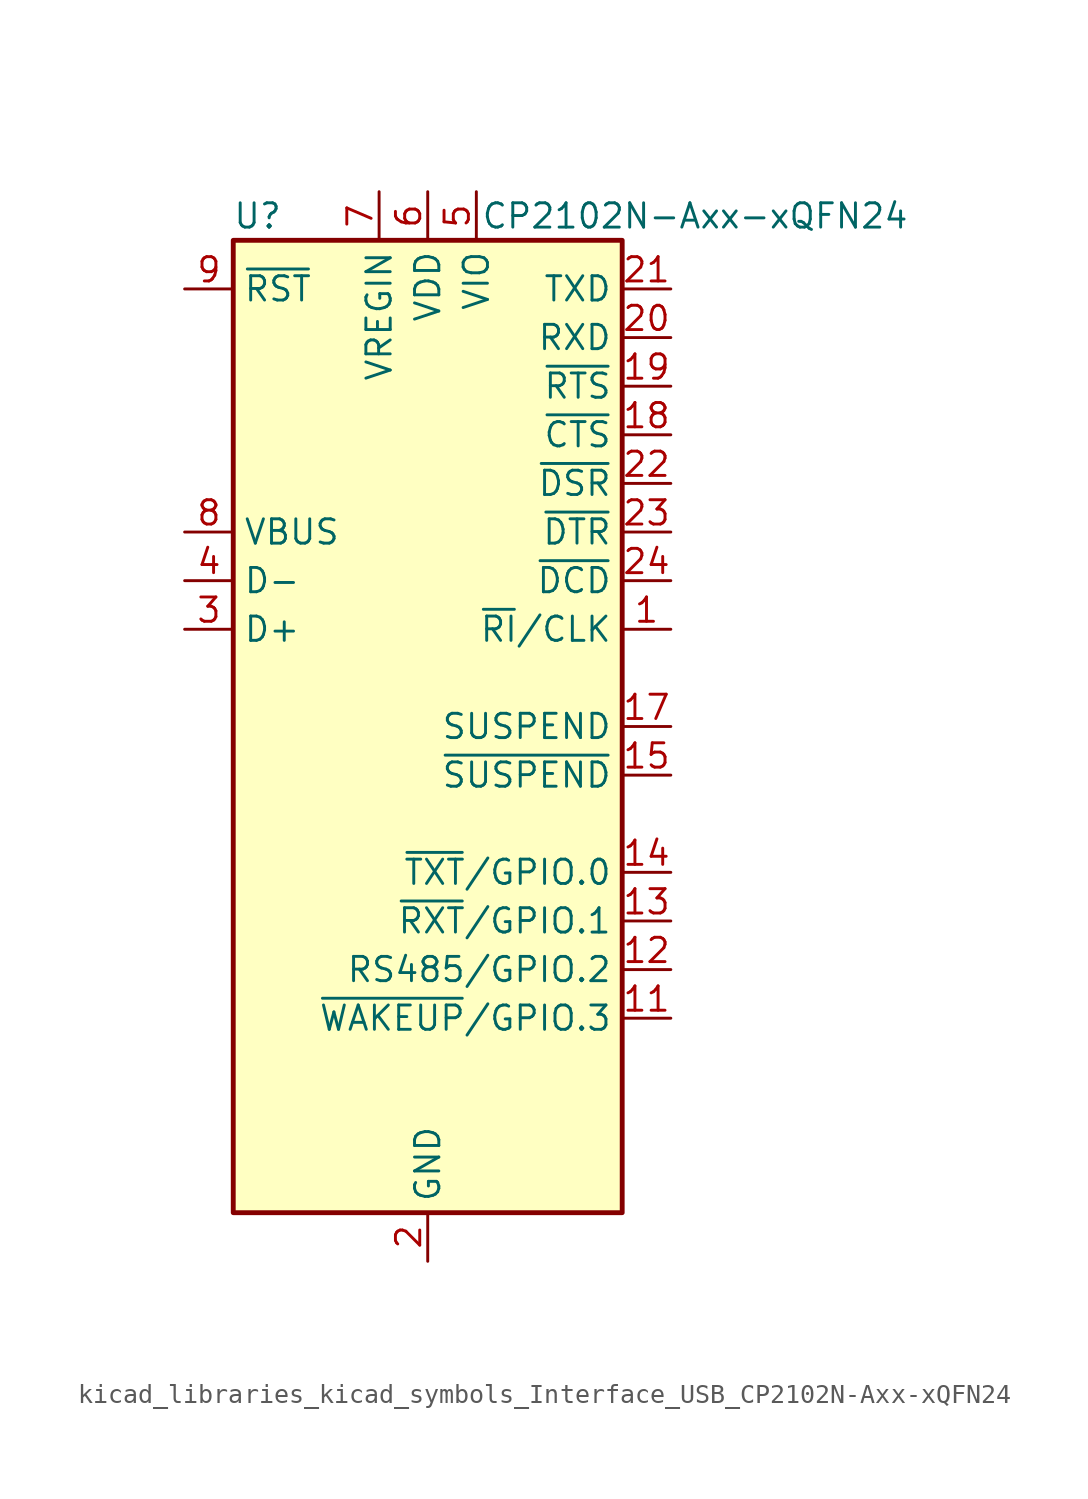
<source format=kicad_sym>
(kicad_symbol_lib
  (version 20220914)
  (generator kicad_symbol_editor)
  (symbol "kicad_libraries_kicad_symbols_Interface_USB_CP2102N-Axx-xQFN24"
    (property "Reference" "U"
      (at -8.89 26.67 0)
      (effects (font (size 1.27 1.27))))
    (property "Value" "CP2102N-Axx-xQFN24"
      (at 13.97 26.67 0)
      (effects (font (size 1.27 1.27))))
    (symbol "kicad_libraries_kicad_symbols_Interface_USB_CP2102N-Axx-xQFN24_0_1"
      (rectangle (start -10.16 25.4) (end 10.16 -25.4) (stroke (width 0.254) (type default)) (fill (type background))))
    (symbol "kicad_libraries_kicad_symbols_Interface_USB_CP2102N-Axx-xQFN24_1_1"
      (pin bidirectional line (at 12.7 5.08 180) (length 2.54) (name "~{RI}/CLK" (effects (font (size 1.27 1.27)))) (number "1" (effects (font (size 1.27 1.27)))))
      (pin no_connect line (at -10.16 -22.86 0) (length 2.54) hide (name "NC" (effects (font (size 1.27 1.27)))) (number "10" (effects (font (size 1.27 1.27)))))
      (pin bidirectional line (at 12.7 -15.24 180) (length 2.54) (name "~{WAKEUP}/GPIO.3" (effects (font (size 1.27 1.27)))) (number "11" (effects (font (size 1.27 1.27)))))
      (pin bidirectional line (at 12.7 -12.7 180) (length 2.54) (name "RS485/GPIO.2" (effects (font (size 1.27 1.27)))) (number "12" (effects (font (size 1.27 1.27)))))
      (pin bidirectional line (at 12.7 -10.16 180) (length 2.54) (name "~{RXT}/GPIO.1" (effects (font (size 1.27 1.27)))) (number "13" (effects (font (size 1.27 1.27)))))
      (pin bidirectional line (at 12.7 -7.62 180) (length 2.54) (name "~{TXT}/GPIO.0" (effects (font (size 1.27 1.27)))) (number "14" (effects (font (size 1.27 1.27)))))
      (pin output line (at 12.7 -2.54 180) (length 2.54) (name "~{SUSPEND}" (effects (font (size 1.27 1.27)))) (number "15" (effects (font (size 1.27 1.27)))))
      (pin no_connect line (at 10.16 -22.86 180) (length 2.54) hide (name "NC" (effects (font (size 1.27 1.27)))) (number "16" (effects (font (size 1.27 1.27)))))
      (pin output line (at 12.7 0 180) (length 2.54) (name "SUSPEND" (effects (font (size 1.27 1.27)))) (number "17" (effects (font (size 1.27 1.27)))))
      (pin input line (at 12.7 15.24 180) (length 2.54) (name "~{CTS}" (effects (font (size 1.27 1.27)))) (number "18" (effects (font (size 1.27 1.27)))))
      (pin output line (at 12.7 17.78 180) (length 2.54) (name "~{RTS}" (effects (font (size 1.27 1.27)))) (number "19" (effects (font (size 1.27 1.27)))))
      (pin power_in line (at 0 -27.94 90) (length 2.54) (name "GND" (effects (font (size 1.27 1.27)))) (number "2" (effects (font (size 1.27 1.27)))))
      (pin input line (at 12.7 20.32 180) (length 2.54) (name "RXD" (effects (font (size 1.27 1.27)))) (number "20" (effects (font (size 1.27 1.27)))))
      (pin output line (at 12.7 22.86 180) (length 2.54) (name "TXD" (effects (font (size 1.27 1.27)))) (number "21" (effects (font (size 1.27 1.27)))))
      (pin input line (at 12.7 12.7 180) (length 2.54) (name "~{DSR}" (effects (font (size 1.27 1.27)))) (number "22" (effects (font (size 1.27 1.27)))))
      (pin output line (at 12.7 10.16 180) (length 2.54) (name "~{DTR}" (effects (font (size 1.27 1.27)))) (number "23" (effects (font (size 1.27 1.27)))))
      (pin input line (at 12.7 7.62 180) (length 2.54) (name "~{DCD}" (effects (font (size 1.27 1.27)))) (number "24" (effects (font (size 1.27 1.27)))))
      (pin passive line (at 0 -27.94 90) (length 2.54) hide (name "GND" (effects (font (size 1.27 1.27)))) (number "25" (effects (font (size 1.27 1.27)))))
      (pin bidirectional line (at -12.7 5.08 0) (length 2.54) (name "D+" (effects (font (size 1.27 1.27)))) (number "3" (effects (font (size 1.27 1.27)))))
      (pin bidirectional line (at -12.7 7.62 0) (length 2.54) (name "D-" (effects (font (size 1.27 1.27)))) (number "4" (effects (font (size 1.27 1.27)))))
      (pin power_in line (at 2.54 27.94 270) (length 2.54) (name "VIO" (effects (font (size 1.27 1.27)))) (number "5" (effects (font (size 1.27 1.27)))))
      (pin power_in line (at 0 27.94 270) (length 2.54) (name "VDD" (effects (font (size 1.27 1.27)))) (number "6" (effects (font (size 1.27 1.27)))))
      (pin power_in line (at -2.54 27.94 270) (length 2.54) (name "VREGIN" (effects (font (size 1.27 1.27)))) (number "7" (effects (font (size 1.27 1.27)))))
      (pin input line (at -12.7 10.16 0) (length 2.54) (name "VBUS" (effects (font (size 1.27 1.27)))) (number "8" (effects (font (size 1.27 1.27)))))
      (pin input line (at -12.7 22.86 0) (length 2.54) (name "~{RST}" (effects (font (size 1.27 1.27)))) (number "9" (effects (font (size 1.27 1.27))))))))
</source>
